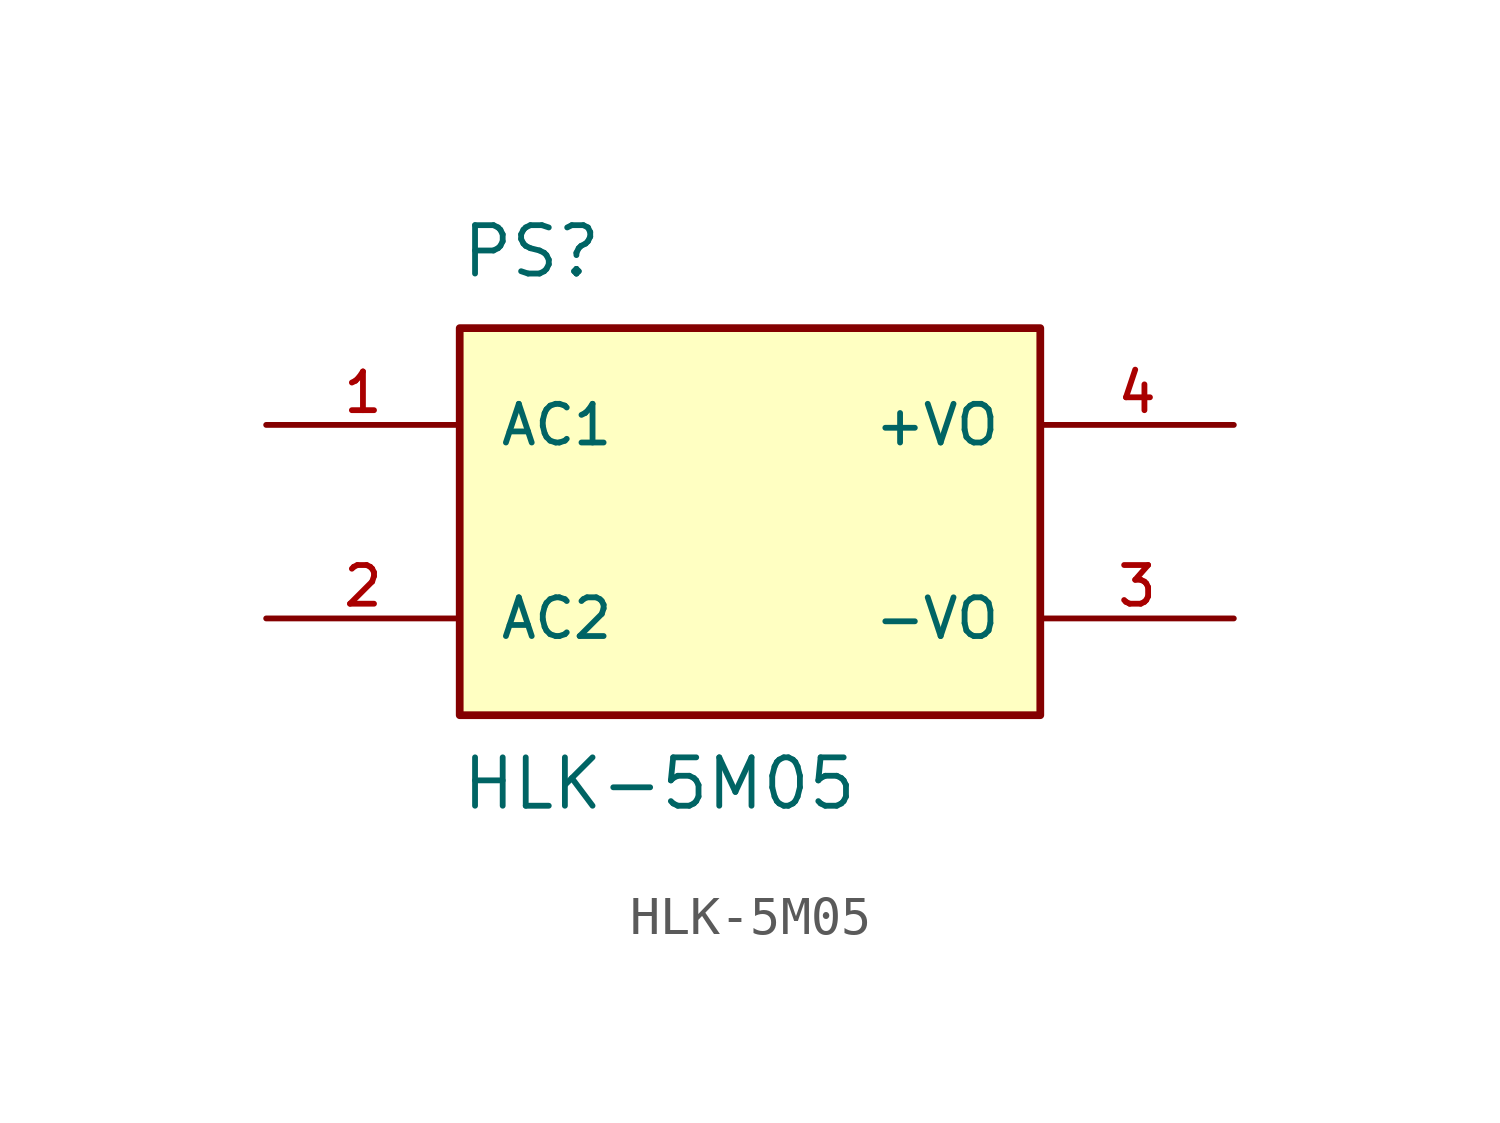
<source format=kicad_sym>
(kicad_symbol_lib
  (version 20211014)
  (generator kicad_symbol_editor)
  (symbol "HLK-5M05"
    (pin_names
      (offset 1.016))
    (property "Reference" "PS"
      (at -7.62 6.35 0)
      (effects (font (size 1.27 1.27)) (justify left bottom)))
    (property "Value" "HLK-5M05"
      (at -7.62 -7.62 0)
      (effects (font (size 1.27 1.27)) (justify left bottom)))
    (property "ki_locked" ""
      (at 0 0 0)
      (effects (font (size 1.27 1.27))))
    (symbol "HLK-5M05_0_0"
      (rectangle (start -7.62 -5.08) (end 7.62 5.08) (stroke (width 0.203) (type default) (color 0 0 0 0)) (fill (type background)))
      (pin input line (at -12.7 2.54 0) (length 5.08) (name "AC1" (effects (font (size 1.016 1.016)))) (number "1" (effects (font (size 1.016 1.016)))))
      (pin input line (at -12.7 -2.54 0) (length 5.08) (name "AC2" (effects (font (size 1.016 1.016)))) (number "2" (effects (font (size 1.016 1.016)))))
      (pin output line (at 12.7 -2.54 180) (length 5.08) (name "-VO" (effects (font (size 1.016 1.016)))) (number "3" (effects (font (size 1.016 1.016)))))
      (pin output line (at 12.7 2.54 180) (length 5.08) (name "+VO" (effects (font (size 1.016 1.016)))) (number "4" (effects (font (size 1.016 1.016))))))))
</source>
